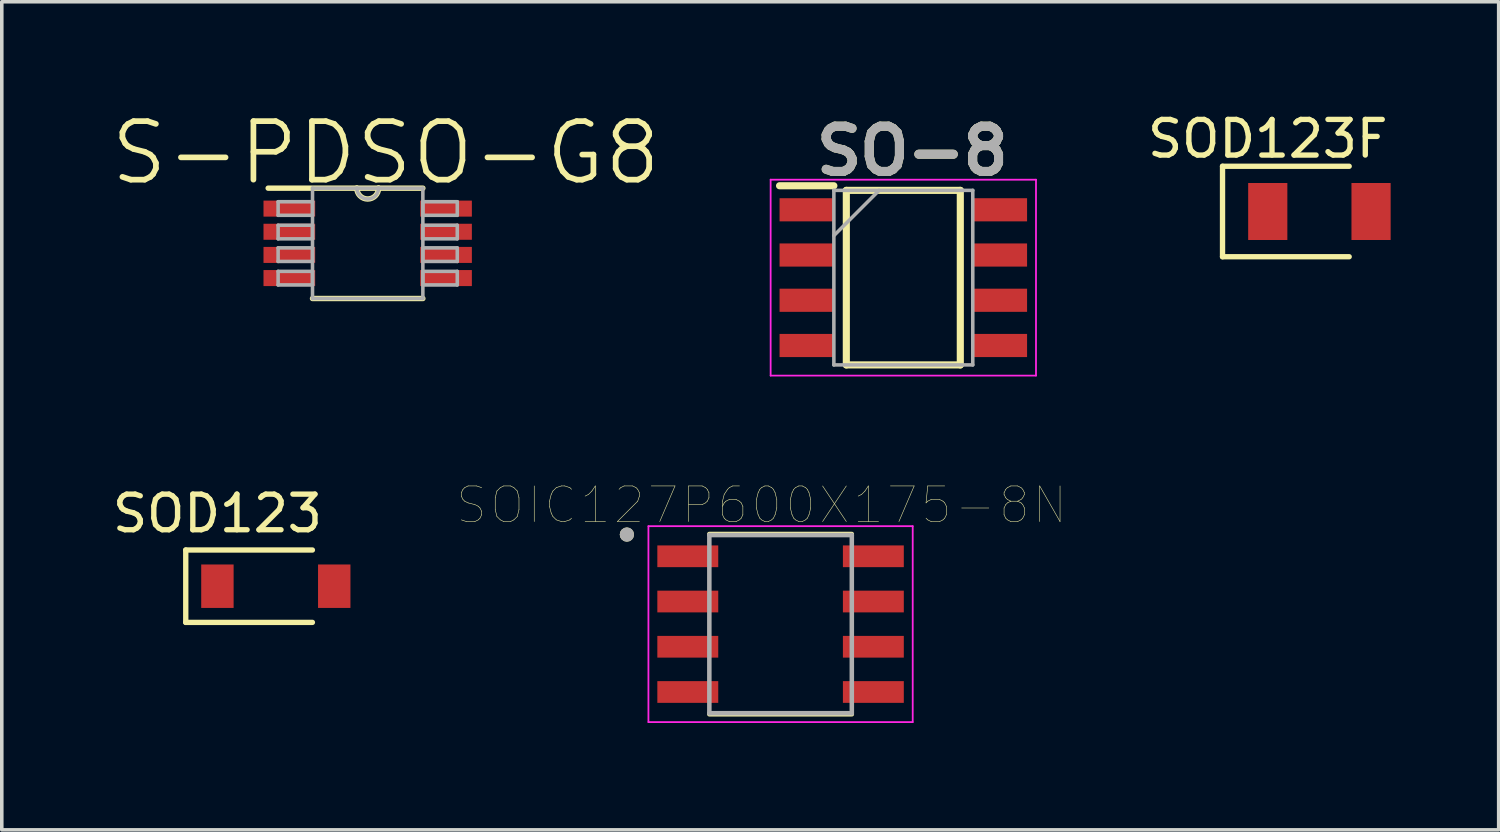
<source format=kicad_pcb>
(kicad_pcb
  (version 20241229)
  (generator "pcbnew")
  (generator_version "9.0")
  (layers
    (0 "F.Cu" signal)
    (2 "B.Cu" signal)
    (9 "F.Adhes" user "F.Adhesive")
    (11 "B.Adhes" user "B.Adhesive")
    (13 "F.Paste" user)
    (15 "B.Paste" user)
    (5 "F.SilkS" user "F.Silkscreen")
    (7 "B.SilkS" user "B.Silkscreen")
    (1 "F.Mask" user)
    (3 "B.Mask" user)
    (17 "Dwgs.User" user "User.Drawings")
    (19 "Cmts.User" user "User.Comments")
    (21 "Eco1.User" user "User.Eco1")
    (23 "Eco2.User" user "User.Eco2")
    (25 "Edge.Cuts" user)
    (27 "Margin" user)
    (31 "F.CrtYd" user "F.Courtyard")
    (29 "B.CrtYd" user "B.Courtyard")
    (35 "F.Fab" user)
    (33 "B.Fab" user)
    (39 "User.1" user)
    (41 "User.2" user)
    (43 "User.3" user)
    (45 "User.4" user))
  (footprint "SO-8"
    (layer "F.Cu")
    (at 22.311 4.745)
    (property "Reference" "SO-8" (at 0.254 -3.556 0) (layer "F.SilkS") (effects (font (size 1.27 1.27) (thickness 0.254))))
    (attr smd)
    (fp_line (start -3.475 -2.58) (end -1.95 -2.58) (stroke (width 0.2) (type solid)) (layer "F.SilkS"))
    (fp_line (start -1.6 -2.45) (end 1.6 -2.45) (stroke (width 0.2) (type solid)) (layer "F.SilkS"))
    (fp_line (start -1.6 2.45) (end -1.6 -2.45) (stroke (width 0.2) (type solid)) (layer "F.SilkS"))
    (fp_line (start 1.6 -2.45) (end 1.6 2.45) (stroke (width 0.2) (type solid)) (layer "F.SilkS"))
    (fp_line (start 1.6 2.45) (end -1.6 2.45) (stroke (width 0.2) (type solid)) (layer "F.SilkS"))
    (fp_line (start -3.725 -2.75) (end 3.725 -2.75) (stroke (width 0.05) (type solid)) (layer "F.CrtYd"))
    (fp_line (start -3.725 2.75) (end -3.725 -2.75) (stroke (width 0.05) (type solid)) (layer "F.CrtYd"))
    (fp_line (start 3.725 -2.75) (end 3.725 2.75) (stroke (width 0.05) (type solid)) (layer "F.CrtYd"))
    (fp_line (start 3.725 2.75) (end -3.725 2.75) (stroke (width 0.05) (type solid)) (layer "F.CrtYd"))
    (fp_line (start -1.95 -2.45) (end 1.95 -2.45) (stroke (width 0.1) (type solid)) (layer "F.Fab"))
    (fp_line (start -1.95 -1.18) (end -0.68 -2.45) (stroke (width 0.1) (type solid)) (layer "F.Fab"))
    (fp_line (start -1.95 2.45) (end -1.95 -2.45) (stroke (width 0.1) (type solid)) (layer "F.Fab"))
    (fp_line (start 1.95 -2.45) (end 1.95 2.45) (stroke (width 0.1) (type solid)) (layer "F.Fab"))
    (fp_line (start 1.95 2.45) (end -1.95 2.45) (stroke (width 0.1) (type solid)) (layer "F.Fab"))
    (fp_text user "${REFERENCE}" (at 0.254 -3.556 0) (layer "F.Fab") (effects (font (size 1.27 1.27) (thickness 0.254))))
    (pad "1" smd rect (at -2.712 -1.905 90) (size 0.65 1.525) (layers "F.Cu" "F.Mask" "F.Paste"))
    (pad "2" smd rect (at -2.712 -0.635 90) (size 0.65 1.525) (layers "F.Cu" "F.Mask" "F.Paste"))
    (pad "3" smd rect (at -2.712 0.635 90) (size 0.65 1.525) (layers "F.Cu" "F.Mask" "F.Paste"))
    (pad "4" smd rect (at -2.712 1.905 90) (size 0.65 1.525) (layers "F.Cu" "F.Mask" "F.Paste"))
    (pad "5" smd rect (at 2.712 1.905 90) (size 0.65 1.525) (layers "F.Cu" "F.Mask" "F.Paste"))
    (pad "6" smd rect (at 2.712 0.635 90) (size 0.65 1.525) (layers "F.Cu" "F.Mask" "F.Paste"))
    (pad "7" smd rect (at 2.712 -0.635 90) (size 0.65 1.525) (layers "F.Cu" "F.Mask" "F.Paste"))
    (pad "8" smd rect (at 2.712 -1.905 90) (size 0.65 1.525) (layers "F.Cu" "F.Mask" "F.Paste")))
  (footprint "SOD123"
    (layer "F.Cu")
    (at 3.054 13.408)
    (property "Reference" "SOD123" (at 0 -2.04 0) (layer "F.SilkS") (effects (font (size 1 1) (thickness 0.15))))
    (attr through_hole)
    (fp_line (start -0.889 -1.016) (end -0.889 1.016) (stroke (width 0.15) (type solid)) (layer "F.SilkS"))
    (fp_line (start -0.889 -1.016) (end 2.667 -1.016) (stroke (width 0.15) (type solid)) (layer "F.SilkS"))
    (fp_line (start -0.889 1.016) (end 2.667 1.016) (stroke (width 0.15) (type solid)) (layer "F.SilkS"))
    (pad "1" smd rect (at 0 0) (size 0.91 1.22) (layers "F.Cu" "F.Mask" "F.Paste"))
    (pad "2" smd rect (at 3.28 0) (size 0.91 1.22) (layers "F.Cu" "F.Mask" "F.Paste")))
  (footprint "SOD123F"
    (layer "F.Cu")
    (at 32.543 2.888)
    (property "Reference" "SOD123F" (at 0 -2.04 0) (layer "F.SilkS") (effects (font (size 1 1) (thickness 0.15))))
    (attr through_hole)
    (fp_line (start -1.27 -1.27) (end -1.27 1.27) (stroke (width 0.15) (type solid)) (layer "F.SilkS"))
    (fp_line (start -1.27 -1.27) (end 2.286 -1.27) (stroke (width 0.15) (type solid)) (layer "F.SilkS"))
    (fp_line (start -1.27 1.27) (end 2.286 1.27) (stroke (width 0.15) (type solid)) (layer "F.SilkS"))
    (pad "1" smd rect (at 0 0) (size 1.1 1.6) (layers "F.Cu" "F.Mask" "F.Paste"))
    (pad "2" smd rect (at 2.9 0) (size 1.1 1.6) (layers "F.Cu" "F.Mask" "F.Paste")))
  (footprint "S-PDSO-G8"
    (layer "F.Cu")
    (at 7.273 3.782)
    (property "Reference" "S-PDSO-G8" (at 0.508 -2.54 0) (layer "F.SilkS") (effects (font (size 1.643 1.643) (thickness 0.16))))
    (attr through_hole)
    (fp_line (start -1.549 1.549) (end 1.549 1.549) (stroke (width 0.152) (type solid)) (layer "F.SilkS"))
    (fp_line (start -0.305 -1.549) (end -2.794 -1.549) (stroke (width 0.152) (type solid)) (layer "F.SilkS"))
    (fp_line (start 0.305 -1.549) (end -0.305 -1.549) (stroke (width 0.152) (type solid)) (layer "F.SilkS"))
    (fp_line (start 1.549 -1.549) (end 0.305 -1.549) (stroke (width 0.152) (type solid)) (layer "F.SilkS"))
    (fp_arc (start 0.3048 -1.5494) (mid 0 -1.2446) (end -0.3048 -1.5494) (stroke (width 0.1524) (type solid)) (layer "F.SilkS"))
    (fp_line (start -2.515 -1.168) (end -2.515 -0.787) (stroke (width 0.1) (type solid)) (layer "F.Fab"))
    (fp_line (start -2.515 -0.787) (end -1.549 -0.787) (stroke (width 0.1) (type solid)) (layer "F.Fab"))
    (fp_line (start -2.515 -0.508) (end -2.515 -0.127) (stroke (width 0.1) (type solid)) (layer "F.Fab"))
    (fp_line (start -2.515 -0.127) (end -1.549 -0.127) (stroke (width 0.1) (type solid)) (layer "F.Fab"))
    (fp_line (start -2.515 0.127) (end -2.515 0.508) (stroke (width 0.1) (type solid)) (layer "F.Fab"))
    (fp_line (start -2.515 0.508) (end -1.549 0.508) (stroke (width 0.1) (type solid)) (layer "F.Fab"))
    (fp_line (start -2.515 0.787) (end -2.515 1.168) (stroke (width 0.1) (type solid)) (layer "F.Fab"))
    (fp_line (start -2.515 1.168) (end -1.549 1.168) (stroke (width 0.1) (type solid)) (layer "F.Fab"))
    (fp_line (start -1.549 -1.549) (end -1.549 1.549) (stroke (width 0.1) (type solid)) (layer "F.Fab"))
    (fp_line (start -1.549 -1.168) (end -2.515 -1.168) (stroke (width 0.1) (type solid)) (layer "F.Fab"))
    (fp_line (start -1.549 -0.787) (end -1.549 -1.168) (stroke (width 0.1) (type solid)) (layer "F.Fab"))
    (fp_line (start -1.549 -0.508) (end -2.515 -0.508) (stroke (width 0.1) (type solid)) (layer "F.Fab"))
    (fp_line (start -1.549 -0.127) (end -1.549 -0.508) (stroke (width 0.1) (type solid)) (layer "F.Fab"))
    (fp_line (start -1.549 0.127) (end -2.515 0.127) (stroke (width 0.1) (type solid)) (layer "F.Fab"))
    (fp_line (start -1.549 0.508) (end -1.549 0.127) (stroke (width 0.1) (type solid)) (layer "F.Fab"))
    (fp_line (start -1.549 0.787) (end -2.515 0.787) (stroke (width 0.1) (type solid)) (layer "F.Fab"))
    (fp_line (start -1.549 1.168) (end -1.549 0.787) (stroke (width 0.1) (type solid)) (layer "F.Fab"))
    (fp_line (start -1.549 1.549) (end 1.549 1.549) (stroke (width 0.1) (type solid)) (layer "F.Fab"))
    (fp_line (start -0.305 -1.549) (end -1.549 -1.549) (stroke (width 0.1) (type solid)) (layer "F.Fab"))
    (fp_line (start 0.305 -1.549) (end -0.305 -1.549) (stroke (width 0.1) (type solid)) (layer "F.Fab"))
    (fp_line (start 1.549 -1.549) (end 0.305 -1.549) (stroke (width 0.1) (type solid)) (layer "F.Fab"))
    (fp_line (start 1.549 -1.168) (end 1.549 -0.787) (stroke (width 0.1) (type solid)) (layer "F.Fab"))
    (fp_line (start 1.549 -0.787) (end 2.515 -0.787) (stroke (width 0.1) (type solid)) (layer "F.Fab"))
    (fp_line (start 1.549 -0.508) (end 1.549 -0.127) (stroke (width 0.1) (type solid)) (layer "F.Fab"))
    (fp_line (start 1.549 -0.127) (end 2.515 -0.127) (stroke (width 0.1) (type solid)) (layer "F.Fab"))
    (fp_line (start 1.549 0.127) (end 1.549 0.508) (stroke (width 0.1) (type solid)) (layer "F.Fab"))
    (fp_line (start 1.549 0.508) (end 2.515 0.508) (stroke (width 0.1) (type solid)) (layer "F.Fab"))
    (fp_line (start 1.549 0.787) (end 1.549 1.168) (stroke (width 0.1) (type solid)) (layer "F.Fab"))
    (fp_line (start 1.549 1.168) (end 2.515 1.168) (stroke (width 0.1) (type solid)) (layer "F.Fab"))
    (fp_line (start 1.549 1.549) (end 1.549 -1.549) (stroke (width 0.1) (type solid)) (layer "F.Fab"))
    (fp_line (start 2.515 -1.168) (end 1.549 -1.168) (stroke (width 0.1) (type solid)) (layer "F.Fab"))
    (fp_line (start 2.515 -0.787) (end 2.515 -1.168) (stroke (width 0.1) (type solid)) (layer "F.Fab"))
    (fp_line (start 2.515 -0.508) (end 1.549 -0.508) (stroke (width 0.1) (type solid)) (layer "F.Fab"))
    (fp_line (start 2.515 -0.127) (end 2.515 -0.508) (stroke (width 0.1) (type solid)) (layer "F.Fab"))
    (fp_line (start 2.515 0.127) (end 1.549 0.127) (stroke (width 0.1) (type solid)) (layer "F.Fab"))
    (fp_line (start 2.515 0.508) (end 2.515 0.127) (stroke (width 0.1) (type solid)) (layer "F.Fab"))
    (fp_line (start 2.515 0.787) (end 1.549 0.787) (stroke (width 0.1) (type solid)) (layer "F.Fab"))
    (fp_line (start 2.515 1.168) (end 2.515 0.787) (stroke (width 0.1) (type solid)) (layer "F.Fab"))
    (fp_arc (start 0.3048 -1.5494) (mid 0 -1.2446) (end -0.3048 -1.5494) (stroke (width 0.1) (type solid)) (layer "F.Fab"))
    (pad "1" smd rect (at -2.2 -0.975) (size 1.45 0.45) (layers "F.Cu" "F.Mask" "F.Paste"))
    (pad "2" smd rect (at -2.2 -0.325) (size 1.45 0.45) (layers "F.Cu" "F.Mask" "F.Paste"))
    (pad "3" smd rect (at -2.2 0.325) (size 1.45 0.45) (layers "F.Cu" "F.Mask" "F.Paste"))
    (pad "4" smd rect (at -2.2 0.975) (size 1.45 0.45) (layers "F.Cu" "F.Mask" "F.Paste"))
    (pad "5" smd rect (at 2.2 0.975) (size 1.45 0.45) (layers "F.Cu" "F.Mask" "F.Paste"))
    (pad "6" smd rect (at 2.2 0.325) (size 1.45 0.45) (layers "F.Cu" "F.Mask" "F.Paste"))
    (pad "7" smd rect (at 2.2 -0.325) (size 1.45 0.45) (layers "F.Cu" "F.Mask" "F.Paste"))
    (pad "8" smd rect (at 2.2 -0.975) (size 1.45 0.45) (layers "F.Cu" "F.Mask" "F.Paste")))
  (footprint "SOIC127P600X175-8N"
    (layer "F.Cu")
    (at 18.865 14.473)
    (property "Reference" "SOIC127P600X175-8N" (at -0.535 -3.342 0) (layer "F.SilkS") (effects (font (size 1 1) (thickness 0.015))))
    (attr through_hole)
    (fp_line (start -2 -2.53) (end 2 -2.53) (stroke (width 0.127) (type solid)) (layer "F.SilkS"))
    (fp_line (start -2 2.53) (end 2 2.53) (stroke (width 0.127) (type solid)) (layer "F.SilkS"))
    (fp_circle (center -4.315 -2.515) (end -4.215 -2.515) (stroke (width 0.2) (type solid)) (fill no) (layer "F.SilkS"))
    (fp_line (start -3.71 -2.75) (end -3.71 2.75) (stroke (width 0.05) (type solid)) (layer "F.CrtYd"))
    (fp_line (start -3.71 -2.75) (end 3.71 -2.75) (stroke (width 0.05) (type solid)) (layer "F.CrtYd"))
    (fp_line (start -3.71 2.75) (end 3.71 2.75) (stroke (width 0.05) (type solid)) (layer "F.CrtYd"))
    (fp_line (start 3.71 -2.75) (end 3.71 2.75) (stroke (width 0.05) (type solid)) (layer "F.CrtYd"))
    (fp_line (start -2 -2.5) (end -2 2.5) (stroke (width 0.127) (type solid)) (layer "F.Fab"))
    (fp_line (start -2 -2.5) (end 2 -2.5) (stroke (width 0.127) (type solid)) (layer "F.Fab"))
    (fp_line (start -2 2.5) (end 2 2.5) (stroke (width 0.127) (type solid)) (layer "F.Fab"))
    (fp_line (start 2 -2.5) (end 2 2.5) (stroke (width 0.127) (type solid)) (layer "F.Fab"))
    (fp_circle (center -4.315 -2.515) (end -4.215 -2.515) (stroke (width 0.2) (type solid)) (fill no) (layer "F.Fab"))
    (pad "1" smd rect (at -2.605 -1.905) (size 1.71 0.61) (layers "F.Cu" "F.Mask" "F.Paste"))
    (pad "2" smd rect (at -2.605 -0.635) (size 1.71 0.61) (layers "F.Cu" "F.Mask" "F.Paste"))
    (pad "3" smd rect (at -2.605 0.635) (size 1.71 0.61) (layers "F.Cu" "F.Mask" "F.Paste"))
    (pad "4" smd rect (at -2.605 1.905) (size 1.71 0.61) (layers "F.Cu" "F.Mask" "F.Paste"))
    (pad "5" smd rect (at 2.605 1.905) (size 1.71 0.61) (layers "F.Cu" "F.Mask" "F.Paste"))
    (pad "6" smd rect (at 2.605 0.635) (size 1.71 0.61) (layers "F.Cu" "F.Mask" "F.Paste"))
    (pad "7" smd rect (at 2.605 -0.635) (size 1.71 0.61) (layers "F.Cu" "F.Mask" "F.Paste"))
    (pad "8" smd rect (at 2.605 -1.905) (size 1.71 0.61) (layers "F.Cu" "F.Mask" "F.Paste")))
  (gr_rect
    (start -3 -3)
    (end 39.026 20.248)
    (stroke (width 0.1) (type default))
    (fill no)
    (layer "Edge.Cuts")))
</source>
